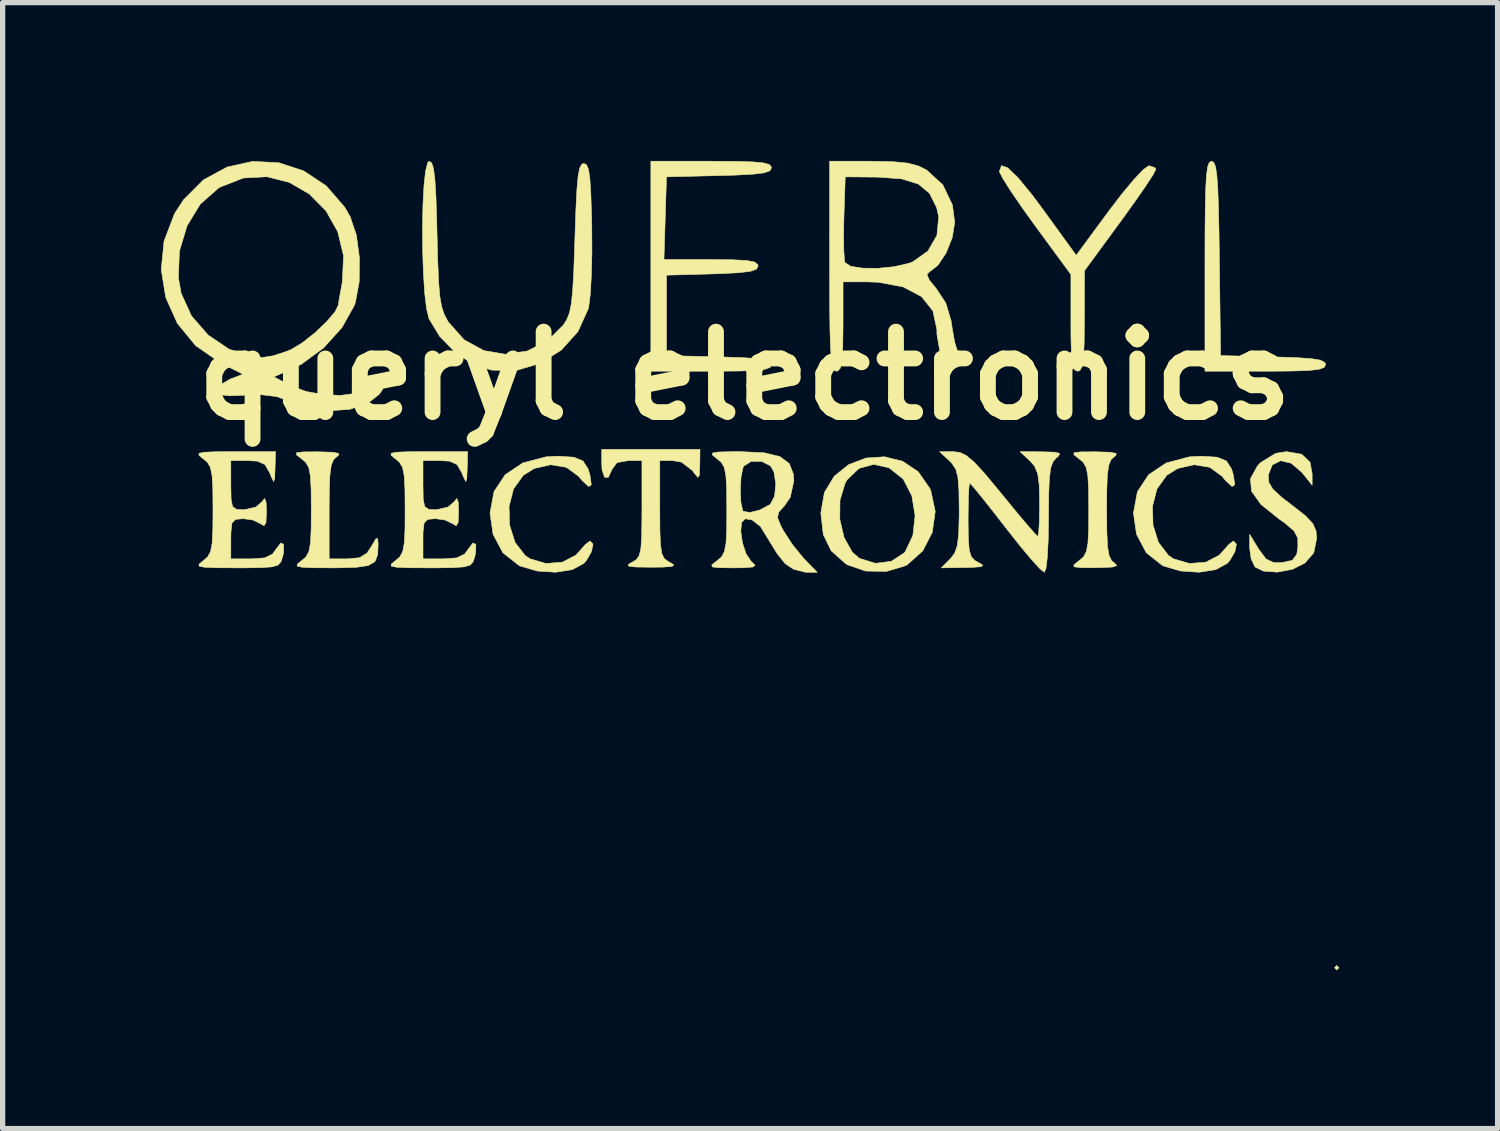
<source format=kicad_pcb>
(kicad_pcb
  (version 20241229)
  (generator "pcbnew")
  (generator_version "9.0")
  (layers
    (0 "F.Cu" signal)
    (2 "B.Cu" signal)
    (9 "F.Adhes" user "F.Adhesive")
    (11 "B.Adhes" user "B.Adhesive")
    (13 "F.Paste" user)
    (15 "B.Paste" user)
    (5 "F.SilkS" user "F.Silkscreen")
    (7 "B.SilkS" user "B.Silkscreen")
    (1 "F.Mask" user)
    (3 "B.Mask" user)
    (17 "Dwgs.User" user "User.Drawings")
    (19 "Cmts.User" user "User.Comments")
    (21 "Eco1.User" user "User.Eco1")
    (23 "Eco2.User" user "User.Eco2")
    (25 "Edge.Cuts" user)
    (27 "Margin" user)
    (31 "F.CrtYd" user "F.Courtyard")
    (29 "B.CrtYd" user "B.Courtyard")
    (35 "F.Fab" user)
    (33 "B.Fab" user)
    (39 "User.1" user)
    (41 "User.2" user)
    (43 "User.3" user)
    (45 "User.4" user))
  (footprint "queryl electronics"
    (layer "F.Cu")
    (at 11.061 4.069)
    (property "Reference" "queryl electronics" (at 0 0 0) (layer "F.SilkS") (effects (font (size 1.524 1.524) (thickness 0.3))))
    (attr through_hole)
    (fp_poly (pts (xy 11.261 11.218) (xy 11.218 11.261) (xy 11.176 11.218) (xy 11.218 11.176) (xy 11.261 11.218)) (stroke (width 0.01) (type solid)) (fill yes) (layer "F.SilkS"))
    (fp_poly (pts (xy 8.888 -4.042) (xy 8.921 -3.963) (xy 8.945 -3.807) (xy 8.964 -3.556) (xy 8.977 -3.188) (xy 8.988 -2.685) (xy 8.994 -2.223) (xy 9.017 -0.381) (xy 10.012 -0.357) (xy 10.448 -0.343) (xy 10.74 -0.323) (xy 10.914 -0.293) (xy 10.993 -0.249) (xy 11.007 -0.209) (xy 10.981 -0.158) (xy 10.887 -0.123) (xy 10.701 -0.1) (xy 10.398 -0.089) (xy 9.955 -0.085) (xy 9.864 -0.085) (xy 8.721 -0.085) (xy 8.721 -2.074) (xy 8.722 -2.714) (xy 8.727 -3.204) (xy 8.736 -3.562) (xy 8.751 -3.808) (xy 8.773 -3.961) (xy 8.803 -4.04) (xy 8.843 -4.064) (xy 8.846 -4.064) (xy 8.888 -4.042)) (stroke (width 0.01) (type solid)) (fill yes) (layer "F.SilkS"))
    (fp_poly (pts (xy 4.982 -3.94) (xy 5.178 -3.753) (xy 5.453 -3.417) (xy 5.666 -3.13) (xy 6.281 -2.281) (xy 6.907 -3.13) (xy 7.156 -3.455) (xy 7.379 -3.722) (xy 7.554 -3.906) (xy 7.657 -3.979) (xy 7.661 -3.979) (xy 7.775 -3.94) (xy 7.789 -3.906) (xy 7.742 -3.814) (xy 7.611 -3.613) (xy 7.417 -3.332) (xy 7.177 -2.997) (xy 7.114 -2.911) (xy 6.438 -1.99) (xy 6.436 -1.037) (xy 6.432 -0.615) (xy 6.419 -0.335) (xy 6.392 -0.172) (xy 6.35 -0.097) (xy 6.308 -0.085) (xy 6.25 -0.111) (xy 6.213 -0.21) (xy 6.191 -0.407) (xy 6.182 -0.73) (xy 6.181 -1.002) (xy 6.181 -1.919) (xy 5.503 -2.842) (xy 5.254 -3.189) (xy 5.046 -3.493) (xy 4.898 -3.726) (xy 4.829 -3.858) (xy 4.826 -3.872) (xy 4.865 -3.98) (xy 4.982 -3.94)) (stroke (width 0.01) (type solid)) (fill yes) (layer "F.SilkS"))
    (fp_poly (pts (xy 6.649 1.442) (xy 6.921 1.45) (xy 7.042 1.473) (xy 7.029 1.516) (xy 7.006 1.531) (xy 6.94 1.592) (xy 6.896 1.703) (xy 6.871 1.896) (xy 6.86 2.203) (xy 6.858 2.54) (xy 6.862 2.956) (xy 6.875 3.235) (xy 6.904 3.407) (xy 6.952 3.505) (xy 7.006 3.549) (xy 7.051 3.598) (xy 6.967 3.626) (xy 6.735 3.637) (xy 6.649 3.638) (xy 6.374 3.637) (xy 6.244 3.622) (xy 6.235 3.585) (xy 6.323 3.515) (xy 6.331 3.509) (xy 6.418 3.435) (xy 6.473 3.334) (xy 6.504 3.172) (xy 6.517 2.911) (xy 6.519 2.54) (xy 6.516 2.152) (xy 6.502 1.897) (xy 6.471 1.739) (xy 6.414 1.641) (xy 6.331 1.571) (xy 6.238 1.499) (xy 6.24 1.459) (xy 6.361 1.444) (xy 6.626 1.442) (xy 6.649 1.442)) (stroke (width 0.01) (type solid)) (fill yes) (layer "F.SilkS"))
    (fp_poly (pts (xy -0.851 1.693) (xy -0.858 1.885) (xy -0.888 1.927) (xy -0.963 1.836) (xy -0.988 1.799) (xy -1.198 1.637) (xy -1.365 1.609) (xy -1.609 1.609) (xy -1.609 2.527) (xy -1.607 2.933) (xy -1.596 3.203) (xy -1.571 3.368) (xy -1.526 3.463) (xy -1.453 3.519) (xy -1.418 3.537) (xy -1.342 3.586) (xy -1.38 3.614) (xy -1.552 3.627) (xy -1.778 3.629) (xy -2.063 3.625) (xy -2.198 3.609) (xy -2.205 3.576) (xy -2.138 3.537) (xy -2.054 3.487) (xy -1.999 3.41) (xy -1.967 3.274) (xy -1.952 3.047) (xy -1.948 2.696) (xy -1.947 2.527) (xy -1.947 1.609) (xy -2.209 1.609) (xy -2.419 1.646) (xy -2.514 1.772) (xy -2.515 1.778) (xy -2.585 1.927) (xy -2.656 1.924) (xy -2.703 1.781) (xy -2.709 1.672) (xy -2.709 1.397) (xy -0.847 1.397) (xy -0.851 1.693)) (stroke (width 0.01) (type solid)) (fill yes) (layer "F.SilkS"))
    (fp_poly (pts (xy -3.24 1.544) (xy -3.065 1.615) (xy -2.968 1.765) (xy -2.932 1.884) (xy -2.907 2.067) (xy -2.957 2.1) (xy -3.084 1.983) (xy -3.148 1.905) (xy -3.379 1.736) (xy -3.677 1.687) (xy -3.989 1.758) (xy -4.195 1.887) (xy -4.38 2.144) (xy -4.465 2.476) (xy -4.455 2.831) (xy -4.352 3.158) (xy -4.161 3.407) (xy -4.069 3.469) (xy -3.765 3.558) (xy -3.455 3.533) (xy -3.202 3.402) (xy -3.148 3.344) (xy -3.018 3.197) (xy -2.932 3.133) (xy -2.93 3.133) (xy -2.875 3.192) (xy -2.903 3.333) (xy -2.997 3.497) (xy -3.048 3.556) (xy -3.268 3.675) (xy -3.583 3.724) (xy -3.932 3.701) (xy -4.256 3.606) (xy -4.28 3.594) (xy -4.582 3.355) (xy -4.768 3.005) (xy -4.826 2.602) (xy -4.751 2.198) (xy -4.539 1.877) (xy -4.204 1.652) (xy -3.764 1.537) (xy -3.538 1.525) (xy -3.24 1.544)) (stroke (width 0.01) (type solid)) (fill yes) (layer "F.SilkS"))
    (fp_poly (pts (xy -0.165 -4.061) (xy 0.16 -4.051) (xy 0.364 -4.031) (xy 0.472 -3.998) (xy 0.507 -3.95) (xy 0.508 -3.94) (xy 0.478 -3.884) (xy 0.372 -3.845) (xy 0.164 -3.819) (xy -0.17 -3.801) (xy -0.487 -3.792) (xy -1.482 -3.768) (xy -1.506 -2.985) (xy -1.53 -2.201) (xy -0.638 -2.201) (xy -0.23 -2.197) (xy 0.036 -2.183) (xy 0.187 -2.154) (xy 0.248 -2.106) (xy 0.254 -2.077) (xy 0.222 -2.019) (xy 0.107 -1.978) (xy -0.117 -1.951) (xy -0.476 -1.933) (xy -0.614 -1.929) (xy -1.482 -1.905) (xy -1.482 -0.381) (xy -0.487 -0.357) (xy -0.051 -0.343) (xy 0.242 -0.323) (xy 0.415 -0.293) (xy 0.495 -0.249) (xy 0.508 -0.209) (xy 0.482 -0.158) (xy 0.388 -0.123) (xy 0.202 -0.1) (xy -0.1 -0.089) (xy -0.544 -0.085) (xy -0.635 -0.085) (xy -1.778 -0.085) (xy -1.778 -4.064) (xy -0.635 -4.064) (xy -0.165 -4.061)) (stroke (width 0.01) (type solid)) (fill yes) (layer "F.SilkS"))
    (fp_poly (pts (xy 8.952 1.544) (xy 9.127 1.615) (xy 9.224 1.765) (xy 9.26 1.884) (xy 9.285 2.067) (xy 9.235 2.1) (xy 9.108 1.983) (xy 9.044 1.905) (xy 8.813 1.736) (xy 8.515 1.687) (xy 8.203 1.758) (xy 7.997 1.887) (xy 7.812 2.144) (xy 7.727 2.476) (xy 7.737 2.831) (xy 7.84 3.158) (xy 8.031 3.407) (xy 8.123 3.469) (xy 8.427 3.558) (xy 8.737 3.533) (xy 8.99 3.402) (xy 9.044 3.344) (xy 9.174 3.197) (xy 9.26 3.133) (xy 9.262 3.133) (xy 9.317 3.192) (xy 9.289 3.333) (xy 9.195 3.497) (xy 9.144 3.556) (xy 8.924 3.675) (xy 8.609 3.724) (xy 8.26 3.701) (xy 7.936 3.606) (xy 7.912 3.594) (xy 7.61 3.355) (xy 7.424 3.005) (xy 7.366 2.602) (xy 7.441 2.198) (xy 7.653 1.877) (xy 7.988 1.652) (xy 8.428 1.537) (xy 8.654 1.525) (xy 8.952 1.544)) (stroke (width 0.01) (type solid)) (fill yes) (layer "F.SilkS"))
    (fp_poly (pts (xy -8.083 1.442) (xy -7.811 1.45) (xy -7.69 1.473) (xy -7.703 1.516) (xy -7.726 1.531) (xy -7.792 1.592) (xy -7.836 1.703) (xy -7.861 1.895) (xy -7.872 2.201) (xy -7.874 2.544) (xy -7.874 3.471) (xy -7.538 3.471) (xy -7.299 3.449) (xy -7.156 3.36) (xy -7.076 3.239) (xy -6.989 3.091) (xy -6.954 3.085) (xy -6.946 3.189) (xy -6.954 3.391) (xy -7.006 3.522) (xy -7.133 3.597) (xy -7.363 3.631) (xy -7.727 3.641) (xy -7.817 3.641) (xy -8.176 3.639) (xy -8.39 3.629) (xy -8.481 3.607) (xy -8.475 3.567) (xy -8.401 3.509) (xy -8.314 3.435) (xy -8.259 3.334) (xy -8.228 3.172) (xy -8.215 2.911) (xy -8.213 2.54) (xy -8.216 2.152) (xy -8.23 1.897) (xy -8.261 1.739) (xy -8.318 1.641) (xy -8.401 1.571) (xy -8.494 1.499) (xy -8.492 1.459) (xy -8.371 1.444) (xy -8.106 1.442) (xy -8.083 1.442)) (stroke (width 0.01) (type solid)) (fill yes) (layer "F.SilkS"))
    (fp_poly (pts (xy 2.989 1.62) (xy 3.287 1.819) (xy 3.51 2.139) (xy 3.526 2.175) (xy 3.61 2.572) (xy 3.554 2.969) (xy 3.373 3.32) (xy 3.082 3.58) (xy 3.04 3.603) (xy 2.68 3.709) (xy 2.289 3.701) (xy 1.943 3.581) (xy 1.911 3.561) (xy 1.638 3.317) (xy 1.489 3.009) (xy 1.456 2.723) (xy 1.802 2.723) (xy 1.884 3.069) (xy 2.039 3.345) (xy 2.172 3.46) (xy 2.476 3.555) (xy 2.779 3.517) (xy 3.024 3.355) (xy 3.042 3.333) (xy 3.187 3.026) (xy 3.228 2.652) (xy 3.167 2.276) (xy 3.006 1.963) (xy 2.998 1.954) (xy 2.734 1.745) (xy 2.443 1.68) (xy 2.165 1.757) (xy 1.941 1.971) (xy 1.902 2.038) (xy 1.805 2.361) (xy 1.802 2.723) (xy 1.456 2.723) (xy 1.442 2.602) (xy 1.51 2.213) (xy 1.696 1.905) (xy 1.97 1.685) (xy 2.298 1.56) (xy 2.649 1.536) (xy 2.989 1.62)) (stroke (width 0.01) (type solid)) (fill yes) (layer "F.SilkS"))
    (fp_poly (pts (xy 10.554 1.488) (xy 10.712 1.64) (xy 10.752 1.858) (xy 10.752 2.074) (xy 10.559 1.833) (xy 10.355 1.658) (xy 10.154 1.611) (xy 9.997 1.691) (xy 9.922 1.877) (xy 9.93 2.018) (xy 10.008 2.151) (xy 10.185 2.313) (xy 10.367 2.452) (xy 10.622 2.651) (xy 10.764 2.801) (xy 10.826 2.943) (xy 10.837 3.087) (xy 10.782 3.358) (xy 10.614 3.55) (xy 10.376 3.669) (xy 10.092 3.722) (xy 9.829 3.703) (xy 9.669 3.624) (xy 9.596 3.47) (xy 9.568 3.264) (xy 9.568 3.006) (xy 9.739 3.286) (xy 9.878 3.473) (xy 10.025 3.542) (xy 10.183 3.54) (xy 10.377 3.498) (xy 10.46 3.387) (xy 10.482 3.246) (xy 10.48 3.076) (xy 10.41 2.943) (xy 10.241 2.796) (xy 10.124 2.714) (xy 9.783 2.44) (xy 9.604 2.19) (xy 9.582 1.953) (xy 9.713 1.715) (xy 9.775 1.647) (xy 10.062 1.47) (xy 10.266 1.439) (xy 10.554 1.488)) (stroke (width 0.01) (type solid)) (fill yes) (layer "F.SilkS"))
    (fp_poly (pts (xy -5.932 -4.033) (xy -5.897 -3.927) (xy -5.871 -3.725) (xy -5.851 -3.405) (xy -5.836 -2.946) (xy -5.83 -2.688) (xy -5.816 -2.165) (xy -5.8 -1.78) (xy -5.777 -1.505) (xy -5.743 -1.31) (xy -5.694 -1.163) (xy -5.627 -1.036) (xy -5.615 -1.016) (xy -5.317 -0.681) (xy -4.946 -0.477) (xy -4.535 -0.406) (xy -4.12 -0.468) (xy -3.734 -0.664) (xy -3.438 -0.958) (xy -3.371 -1.063) (xy -3.321 -1.189) (xy -3.285 -1.365) (xy -3.259 -1.62) (xy -3.239 -1.981) (xy -3.221 -2.476) (xy -3.217 -2.609) (xy -3.199 -3.139) (xy -3.18 -3.522) (xy -3.157 -3.779) (xy -3.127 -3.934) (xy -3.088 -4.007) (xy -3.048 -4.022) (xy -2.997 -3.997) (xy -2.959 -3.906) (xy -2.933 -3.725) (xy -2.915 -3.43) (xy -2.901 -2.999) (xy -2.897 -2.812) (xy -2.895 -2.345) (xy -2.905 -1.911) (xy -2.925 -1.552) (xy -2.955 -1.309) (xy -2.963 -1.27) (xy -3.16 -0.836) (xy -3.475 -0.485) (xy -3.873 -0.235) (xy -4.32 -0.102) (xy -4.784 -0.104) (xy -5.122 -0.203) (xy -5.469 -0.426) (xy -5.78 -0.746) (xy -5.981 -1.077) (xy -6.028 -1.267) (xy -6.064 -1.568) (xy -6.088 -1.947) (xy -6.102 -2.371) (xy -6.105 -2.808) (xy -6.097 -3.226) (xy -6.078 -3.591) (xy -6.048 -3.872) (xy -6.007 -4.036) (xy -5.978 -4.064) (xy -5.932 -4.033)) (stroke (width 0.01) (type solid)) (fill yes) (layer "F.SilkS"))
    (fp_poly (pts (xy -8.899 1.757) (xy -8.907 1.958) (xy -8.927 2.004) (xy -8.974 1.907) (xy -9 1.841) (xy -9.09 1.684) (xy -9.234 1.619) (xy -9.414 1.609) (xy -9.737 1.609) (xy -9.737 2.074) (xy -9.732 2.341) (xy -9.704 2.479) (xy -9.63 2.532) (xy -9.488 2.54) (xy -9.487 2.54) (xy -9.261 2.489) (xy -9.151 2.392) (xy -9.096 2.327) (xy -9.069 2.396) (xy -9.062 2.578) (xy -9.071 2.784) (xy -9.109 2.845) (xy -9.161 2.811) (xy -9.317 2.735) (xy -9.5 2.709) (xy -9.646 2.722) (xy -9.715 2.79) (xy -9.735 2.961) (xy -9.737 3.09) (xy -9.737 3.471) (xy -9.359 3.471) (xy -9.097 3.452) (xy -8.948 3.38) (xy -8.886 3.295) (xy -8.79 3.17) (xy -8.735 3.195) (xy -8.739 3.352) (xy -8.754 3.425) (xy -8.786 3.524) (xy -8.842 3.587) (xy -8.957 3.622) (xy -9.163 3.637) (xy -9.495 3.641) (xy -9.63 3.641) (xy -10.003 3.639) (xy -10.231 3.63) (xy -10.335 3.61) (xy -10.341 3.573) (xy -10.271 3.514) (xy -10.264 3.509) (xy -10.177 3.435) (xy -10.122 3.334) (xy -10.091 3.172) (xy -10.078 2.911) (xy -10.075 2.54) (xy -10.078 2.152) (xy -10.092 1.897) (xy -10.124 1.739) (xy -10.181 1.641) (xy -10.264 1.571) (xy -10.34 1.51) (xy -10.341 1.471) (xy -10.242 1.45) (xy -10.02 1.441) (xy -9.671 1.439) (xy -8.89 1.439) (xy -8.899 1.757)) (stroke (width 0.01) (type solid)) (fill yes) (layer "F.SilkS"))
    (fp_poly (pts (xy -5.258 1.757) (xy -5.267 1.958) (xy -5.286 2.004) (xy -5.333 1.907) (xy -5.359 1.841) (xy -5.45 1.684) (xy -5.594 1.619) (xy -5.774 1.609) (xy -6.096 1.609) (xy -6.096 2.074) (xy -6.092 2.341) (xy -6.064 2.479) (xy -5.99 2.532) (xy -5.847 2.54) (xy -5.846 2.54) (xy -5.62 2.489) (xy -5.51 2.392) (xy -5.455 2.327) (xy -5.428 2.396) (xy -5.421 2.578) (xy -5.43 2.784) (xy -5.469 2.845) (xy -5.52 2.811) (xy -5.676 2.735) (xy -5.859 2.709) (xy -6.005 2.722) (xy -6.074 2.79) (xy -6.095 2.961) (xy -6.096 3.09) (xy -6.096 3.471) (xy -5.718 3.471) (xy -5.457 3.452) (xy -5.308 3.38) (xy -5.245 3.295) (xy -5.15 3.17) (xy -5.094 3.195) (xy -5.098 3.352) (xy -5.114 3.425) (xy -5.145 3.524) (xy -5.201 3.587) (xy -5.316 3.622) (xy -5.522 3.637) (xy -5.854 3.641) (xy -5.989 3.641) (xy -6.363 3.639) (xy -6.59 3.63) (xy -6.695 3.61) (xy -6.7 3.573) (xy -6.63 3.514) (xy -6.623 3.509) (xy -6.536 3.435) (xy -6.481 3.334) (xy -6.45 3.172) (xy -6.437 2.911) (xy -6.435 2.54) (xy -6.438 2.152) (xy -6.452 1.897) (xy -6.483 1.739) (xy -6.54 1.641) (xy -6.623 1.571) (xy -6.699 1.51) (xy -6.7 1.471) (xy -6.601 1.45) (xy -6.379 1.441) (xy -6.03 1.439) (xy -5.249 1.439) (xy -5.258 1.757)) (stroke (width 0.01) (type solid)) (fill yes) (layer "F.SilkS"))
    (fp_poly (pts (xy 4.08 1.455) (xy 4.203 1.515) (xy 4.352 1.641) (xy 4.549 1.856) (xy 4.819 2.181) (xy 4.871 2.244) (xy 5.123 2.552) (xy 5.336 2.806) (xy 5.487 2.979) (xy 5.555 3.048) (xy 5.556 3.048) (xy 5.571 2.97) (xy 5.583 2.765) (xy 5.588 2.473) (xy 5.588 2.416) (xy 5.581 2.075) (xy 5.552 1.857) (xy 5.492 1.713) (xy 5.403 1.612) (xy 5.217 1.439) (xy 5.636 1.442) (xy 5.875 1.449) (xy 5.97 1.473) (xy 5.946 1.524) (xy 5.905 1.557) (xy 5.842 1.628) (xy 5.799 1.745) (xy 5.773 1.939) (xy 5.761 2.24) (xy 5.757 2.679) (xy 5.757 2.697) (xy 5.751 3.114) (xy 5.734 3.443) (xy 5.708 3.655) (xy 5.677 3.725) (xy 5.598 3.662) (xy 5.439 3.489) (xy 5.223 3.231) (xy 4.973 2.915) (xy 4.945 2.879) (xy 4.696 2.559) (xy 4.486 2.294) (xy 4.336 2.111) (xy 4.265 2.033) (xy 4.263 2.032) (xy 4.249 2.11) (xy 4.239 2.318) (xy 4.234 2.617) (xy 4.233 2.739) (xy 4.237 3.088) (xy 4.255 3.307) (xy 4.295 3.434) (xy 4.367 3.506) (xy 4.424 3.537) (xy 4.512 3.59) (xy 4.482 3.619) (xy 4.314 3.632) (xy 4.17 3.635) (xy 3.725 3.641) (xy 3.895 3.471) (xy 3.978 3.364) (xy 4.029 3.218) (xy 4.055 2.993) (xy 4.064 2.65) (xy 4.064 2.543) (xy 4.059 2.171) (xy 4.04 1.927) (xy 3.999 1.77) (xy 3.926 1.66) (xy 3.879 1.612) (xy 3.693 1.439) (xy 3.955 1.439) (xy 4.08 1.455)) (stroke (width 0.01) (type solid)) (fill yes) (layer "F.SilkS"))
    (fp_poly (pts (xy 0.365 1.46) (xy 0.666 1.532) (xy 0.845 1.665) (xy 0.924 1.871) (xy 0.931 1.994) (xy 0.863 2.305) (xy 0.753 2.464) (xy 0.643 2.587) (xy 0.622 2.692) (xy 0.686 2.848) (xy 0.732 2.935) (xy 0.904 3.2) (xy 1.112 3.455) (xy 1.132 3.476) (xy 1.375 3.725) (xy 1.153 3.725) (xy 0.924 3.666) (xy 0.767 3.561) (xy 0.613 3.369) (xy 0.465 3.129) (xy 0.458 3.116) (xy 0.299 2.858) (xy 0.141 2.734) (xy 0.01 2.711) (xy -0.059 2.779) (xy -0.074 2.949) (xy -0.043 3.166) (xy 0.026 3.376) (xy 0.125 3.522) (xy 0.138 3.532) (xy 0.198 3.592) (xy 0.154 3.625) (xy -0.018 3.639) (xy -0.214 3.641) (xy -0.487 3.638) (xy -0.615 3.623) (xy -0.623 3.584) (xy -0.533 3.513) (xy -0.527 3.509) (xy -0.44 3.435) (xy -0.385 3.334) (xy -0.354 3.172) (xy -0.341 2.911) (xy -0.339 2.54) (xy -0.342 2.167) (xy -0.083 2.167) (xy -0.072 2.4) (xy -0.039 2.552) (xy -0.027 2.569) (xy 0.096 2.592) (xy 0.288 2.544) (xy 0.474 2.444) (xy 0.487 2.435) (xy 0.566 2.282) (xy 0.589 2.052) (xy 0.555 1.827) (xy 0.491 1.71) (xy 0.319 1.622) (xy 0.123 1.624) (xy -0.017 1.712) (xy -0.033 1.743) (xy -0.07 1.925) (xy -0.083 2.167) (xy -0.342 2.167) (xy -0.342 2.152) (xy -0.356 1.897) (xy -0.387 1.739) (xy -0.444 1.641) (xy -0.527 1.571) (xy -0.611 1.504) (xy -0.611 1.465) (xy -0.502 1.446) (xy -0.261 1.44) (xy -0.08 1.439) (xy 0.365 1.46)) (stroke (width 0.01) (type solid)) (fill yes) (layer "F.SilkS"))
    (fp_poly (pts (xy 2.392 -4.064) (xy 2.803 -4.056) (xy 3.091 -4.028) (xy 3.298 -3.972) (xy 3.446 -3.898) (xy 3.754 -3.616) (xy 3.936 -3.236) (xy 3.979 -2.904) (xy 3.933 -2.618) (xy 3.817 -2.327) (xy 3.66 -2.091) (xy 3.513 -1.978) (xy 3.453 -1.922) (xy 3.496 -1.815) (xy 3.629 -1.651) (xy 3.81 -1.378) (xy 3.912 -1.036) (xy 3.932 -0.899) (xy 3.977 -0.641) (xy 4.031 -0.468) (xy 4.07 -0.423) (xy 4.14 -0.355) (xy 4.149 -0.296) (xy 4.078 -0.193) (xy 3.977 -0.169) (xy 3.814 -0.247) (xy 3.698 -0.462) (xy 3.643 -0.781) (xy 3.641 -0.876) (xy 3.566 -1.228) (xy 3.35 -1.499) (xy 3.001 -1.683) (xy 2.532 -1.771) (xy 2.331 -1.778) (xy 1.863 -1.778) (xy 1.863 -0.931) (xy 1.858 -0.537) (xy 1.843 -0.283) (xy 1.812 -0.143) (xy 1.762 -0.089) (xy 1.736 -0.085) (xy 1.695 -0.104) (xy 1.664 -0.176) (xy 1.641 -0.318) (xy 1.625 -0.551) (xy 1.615 -0.893) (xy 1.61 -1.364) (xy 1.609 -1.982) (xy 1.609 -2.074) (xy 1.609 -2.661) (xy 1.874 -2.661) (xy 1.878 -2.369) (xy 1.891 -2.181) (xy 1.899 -2.145) (xy 2.007 -2.074) (xy 2.231 -2.038) (xy 2.523 -2.035) (xy 2.831 -2.066) (xy 3.107 -2.129) (xy 3.181 -2.156) (xy 3.471 -2.361) (xy 3.642 -2.659) (xy 3.676 -3.01) (xy 3.637 -3.185) (xy 3.502 -3.455) (xy 3.29 -3.632) (xy 2.972 -3.73) (xy 2.521 -3.763) (xy 2.509 -3.763) (xy 1.905 -3.768) (xy 1.88 -3.012) (xy 1.874 -2.661) (xy 1.609 -2.661) (xy 1.609 -4.064) (xy 2.392 -4.064)) (stroke (width 0.01) (type solid)) (fill yes) (layer "F.SilkS"))
    (fp_poly (pts (xy -8.83 -4.036) (xy -8.356 -3.881) (xy -7.93 -3.598) (xy -7.579 -3.192) (xy -7.476 -3.015) (xy -7.358 -2.664) (xy -7.3 -2.228) (xy -7.305 -1.778) (xy -7.377 -1.389) (xy -7.397 -1.331) (xy -7.63 -0.914) (xy -7.979 -0.527) (xy -8.391 -0.224) (xy -8.546 -0.145) (xy -8.922 0.022) (xy -8.589 0.196) (xy -8.31 0.299) (xy -7.981 0.358) (xy -7.658 0.373) (xy -7.395 0.338) (xy -7.266 0.272) (xy -7.122 0.191) (xy -6.965 0.174) (xy -6.866 0.224) (xy -6.858 0.255) (xy -6.924 0.351) (xy -7.087 0.479) (xy -7.133 0.509) (xy -7.485 0.638) (xy -7.91 0.666) (xy -8.346 0.593) (xy -8.594 0.498) (xy -8.866 0.396) (xy -9.168 0.359) (xy -9.461 0.368) (xy -9.759 0.381) (xy -9.923 0.363) (xy -9.986 0.311) (xy -9.991 0.279) (xy -9.919 0.164) (xy -9.749 0.064) (xy -9.508 -0.028) (xy -9.939 -0.247) (xy -10.405 -0.571) (xy -10.75 -0.991) (xy -10.97 -1.481) (xy -11.031 -1.856) (xy -10.731 -1.856) (xy -10.678 -1.56) (xy -10.483 -1.133) (xy -10.167 -0.77) (xy -9.768 -0.501) (xy -9.325 -0.359) (xy -9.144 -0.344) (xy -8.933 -0.378) (xy -8.668 -0.465) (xy -8.593 -0.497) (xy -8.382 -0.624) (xy -8.145 -0.811) (xy -7.925 -1.02) (xy -7.763 -1.21) (xy -7.701 -1.336) (xy -7.684 -1.45) (xy -7.645 -1.665) (xy -7.625 -1.772) (xy -7.601 -2.273) (xy -7.712 -2.73) (xy -7.936 -3.126) (xy -8.25 -3.443) (xy -8.63 -3.663) (xy -9.054 -3.77) (xy -9.5 -3.746) (xy -9.943 -3.572) (xy -9.969 -3.557) (xy -10.315 -3.253) (xy -10.567 -2.84) (xy -10.711 -2.361) (xy -10.731 -1.856) (xy -11.031 -1.856) (xy -11.056 -2.009) (xy -11.003 -2.548) (xy -10.804 -3.07) (xy -10.636 -3.33) (xy -10.255 -3.711) (xy -9.808 -3.954) (xy -9.323 -4.061) (xy -8.83 -4.036)) (stroke (width 0.01) (type solid)) (fill yes) (layer "F.SilkS")))
  (gr_rect
    (start -3 -3)
    (end 25.327 18.335)
    (stroke (width 0.1) (type default))
    (fill no)
    (layer "Edge.Cuts")))
</source>
